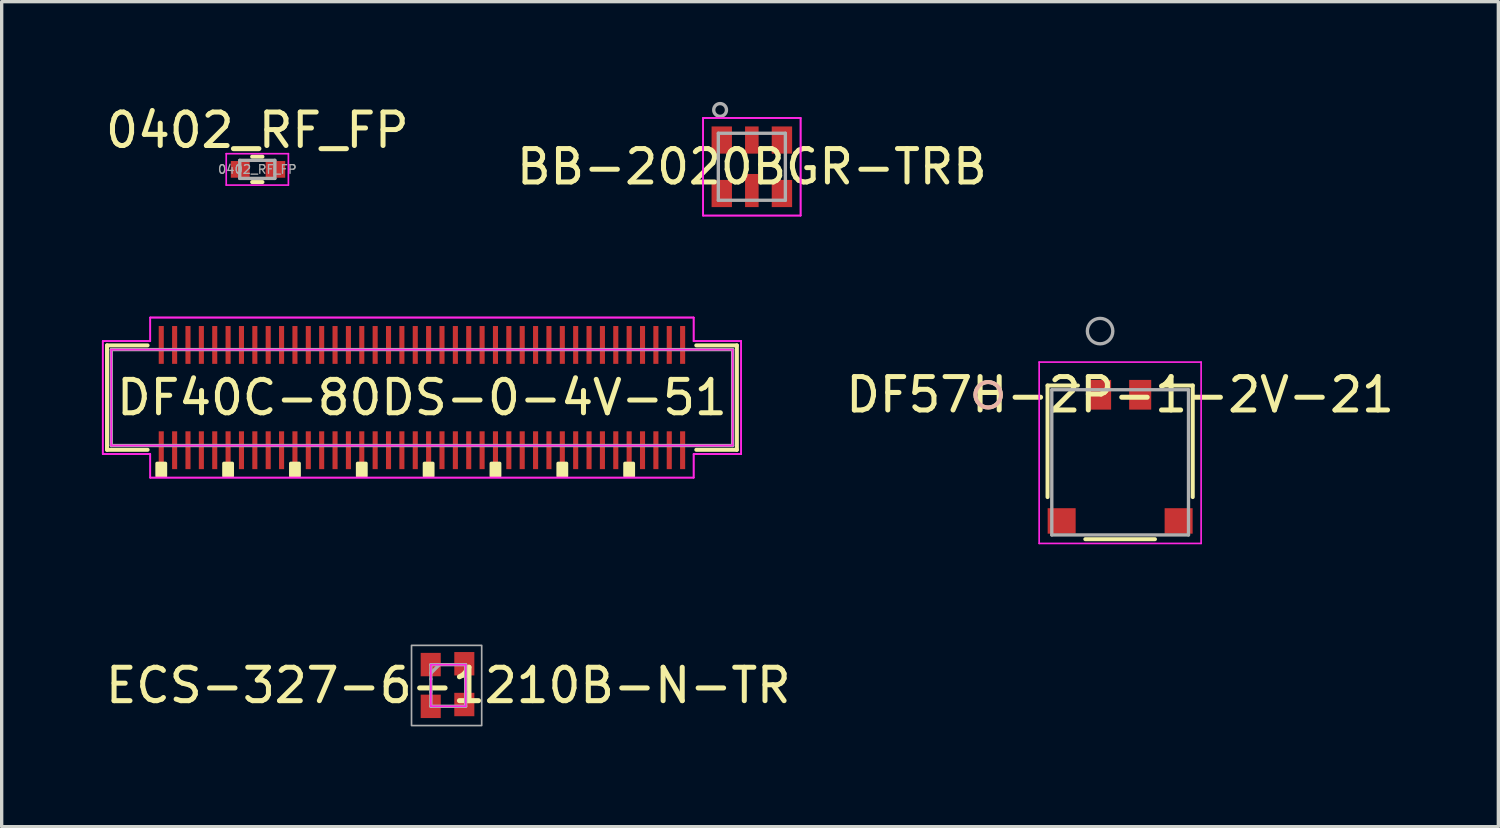
<source format=kicad_pcb>
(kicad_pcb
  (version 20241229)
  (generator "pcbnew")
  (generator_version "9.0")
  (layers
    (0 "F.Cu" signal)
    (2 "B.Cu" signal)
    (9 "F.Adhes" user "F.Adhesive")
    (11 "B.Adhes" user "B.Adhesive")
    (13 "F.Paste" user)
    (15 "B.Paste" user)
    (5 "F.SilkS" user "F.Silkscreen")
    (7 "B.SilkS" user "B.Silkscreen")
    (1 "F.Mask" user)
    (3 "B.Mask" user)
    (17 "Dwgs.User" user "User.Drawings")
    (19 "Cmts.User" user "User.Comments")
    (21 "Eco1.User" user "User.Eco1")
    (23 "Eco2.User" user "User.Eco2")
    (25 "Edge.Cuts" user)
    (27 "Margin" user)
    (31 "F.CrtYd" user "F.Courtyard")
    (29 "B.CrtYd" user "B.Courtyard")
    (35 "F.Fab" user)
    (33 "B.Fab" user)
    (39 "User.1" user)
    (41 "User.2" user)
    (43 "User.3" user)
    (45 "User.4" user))
  (footprint "0402_RF_FP"
    (layer "F.Cu")
    (at 4.649 2.018)
    (property "Reference" "0402_RF_FP" (at 0 -1.17 0) (layer "F.SilkS") (effects (font (size 1 1) (thickness 0.15))))
    (attr smd)
    (fp_line (start -0.154 -0.38) (end 0.154 -0.38) (stroke (width 0.12) (type solid)) (layer "F.SilkS"))
    (fp_line (start -0.154 0.38) (end 0.154 0.38) (stroke (width 0.12) (type solid)) (layer "F.SilkS"))
    (fp_line (start -0.93 -0.47) (end 0.93 -0.47) (stroke (width 0.05) (type solid)) (layer "F.CrtYd"))
    (fp_line (start -0.93 0.47) (end -0.93 -0.47) (stroke (width 0.05) (type solid)) (layer "F.CrtYd"))
    (fp_line (start 0.93 -0.47) (end 0.93 0.47) (stroke (width 0.05) (type solid)) (layer "F.CrtYd"))
    (fp_line (start 0.93 0.47) (end -0.93 0.47) (stroke (width 0.05) (type solid)) (layer "F.CrtYd"))
    (fp_line (start -0.525 -0.27) (end 0.525 -0.27) (stroke (width 0.1) (type solid)) (layer "F.Fab"))
    (fp_line (start -0.525 0.27) (end -0.525 -0.27) (stroke (width 0.1) (type solid)) (layer "F.Fab"))
    (fp_line (start 0.525 -0.27) (end 0.525 0.27) (stroke (width 0.1) (type solid)) (layer "F.Fab"))
    (fp_line (start 0.525 0.27) (end -0.525 0.27) (stroke (width 0.1) (type solid)) (layer "F.Fab"))
    (fp_text user "${REFERENCE}" (at 0 0 0) (layer "F.Fab") (effects (font (size 0.26 0.26) (thickness 0.04))))
    (pad "1" smd rect (at -0.51 0) (size 0.565 0.5) (layers "F.Cu" "F.Mask" "F.Paste"))
    (pad "2" smd rect (at 0.542 0) (size 0.585 0.5) (layers "F.Cu" "F.Mask" "F.Paste")))
  (footprint "DF40C-80DS-0-4V-51"
    (layer "F.Cu")
    (at 9.575 8.846)
    (property "Reference" "DF40C-80DS-0-4V-51" (at 0 0 0) (layer "F.SilkS") (effects (font (size 1 1) (thickness 0.15))))
    (attr smd)
    (fp_line (start -9.423 -1.562) (end -9.423 1.562) (stroke (width 0.12) (type solid)) (layer "F.SilkS"))
    (fp_line (start -9.423 1.562) (end -8.209 1.562) (stroke (width 0.12) (type solid)) (layer "F.SilkS"))
    (fp_line (start -8.209 -1.562) (end -9.423 -1.562) (stroke (width 0.12) (type solid)) (layer "F.SilkS"))
    (fp_line (start 8.209 1.562) (end 9.423 1.562) (stroke (width 0.12) (type solid)) (layer "F.SilkS"))
    (fp_line (start 9.423 -1.562) (end 8.209 -1.562) (stroke (width 0.12) (type solid)) (layer "F.SilkS"))
    (fp_line (start 9.423 1.562) (end 9.423 -1.562) (stroke (width 0.12) (type solid)) (layer "F.SilkS"))
    (fp_poly (pts (xy -7.927 1.968) (xy -7.927 2.349) (xy -7.673 2.349) (xy -7.673 1.968)) (stroke (width 0.1) (type solid)) (fill yes) (layer "F.SilkS"))
    (fp_poly (pts (xy -5.927 1.968) (xy -5.927 2.349) (xy -5.673 2.349) (xy -5.673 1.968)) (stroke (width 0.1) (type solid)) (fill yes) (layer "F.SilkS"))
    (fp_poly (pts (xy -3.927 1.968) (xy -3.927 2.349) (xy -3.673 2.349) (xy -3.673 1.968)) (stroke (width 0.1) (type solid)) (fill yes) (layer "F.SilkS"))
    (fp_poly (pts (xy -1.927 1.968) (xy -1.927 2.349) (xy -1.673 2.349) (xy -1.673 1.968)) (stroke (width 0.1) (type solid)) (fill yes) (layer "F.SilkS"))
    (fp_poly (pts (xy 0.073 1.968) (xy 0.073 2.349) (xy 0.327 2.349) (xy 0.327 1.968)) (stroke (width 0.1) (type solid)) (fill yes) (layer "F.SilkS"))
    (fp_poly (pts (xy 2.073 1.968) (xy 2.073 2.349) (xy 2.327 2.349) (xy 2.327 1.968)) (stroke (width 0.1) (type solid)) (fill yes) (layer "F.SilkS"))
    (fp_poly (pts (xy 4.073 1.968) (xy 4.073 2.349) (xy 4.327 2.349) (xy 4.327 1.968)) (stroke (width 0.1) (type solid)) (fill yes) (layer "F.SilkS"))
    (fp_poly (pts (xy 6.073 1.968) (xy 6.073 2.349) (xy 6.327 2.349) (xy 6.327 1.968)) (stroke (width 0.1) (type solid)) (fill yes) (layer "F.SilkS"))
    (fp_line (start -9.55 -1.689) (end -8.13 -1.689) (stroke (width 0.05) (type solid)) (layer "F.CrtYd"))
    (fp_line (start -9.55 -1.689) (end -8.13 -1.689) (stroke (width 0.05) (type solid)) (layer "F.CrtYd"))
    (fp_line (start -9.55 1.689) (end -9.55 -1.689) (stroke (width 0.05) (type solid)) (layer "F.CrtYd"))
    (fp_line (start -9.55 1.689) (end -9.55 -1.689) (stroke (width 0.05) (type solid)) (layer "F.CrtYd"))
    (fp_line (start -9.296 -1.435) (end 9.296 -1.435) (stroke (width 0.05) (type solid)) (layer "F.CrtYd"))
    (fp_line (start -9.296 1.435) (end -9.296 -1.435) (stroke (width 0.05) (type solid)) (layer "F.CrtYd"))
    (fp_line (start -8.13 -2.395) (end 8.13 -2.395) (stroke (width 0.05) (type solid)) (layer "F.CrtYd"))
    (fp_line (start -8.13 -1.689) (end -8.13 -2.395) (stroke (width 0.05) (type solid)) (layer "F.CrtYd"))
    (fp_line (start -8.13 -1.689) (end -8.13 -2.395) (stroke (width 0.05) (type solid)) (layer "F.CrtYd"))
    (fp_line (start -8.13 1.689) (end -9.55 1.689) (stroke (width 0.05) (type solid)) (layer "F.CrtYd"))
    (fp_line (start -8.13 1.689) (end -9.55 1.689) (stroke (width 0.05) (type solid)) (layer "F.CrtYd"))
    (fp_line (start -8.13 2.395) (end -8.13 1.689) (stroke (width 0.05) (type solid)) (layer "F.CrtYd"))
    (fp_line (start -8.13 2.395) (end -8.13 1.689) (stroke (width 0.05) (type solid)) (layer "F.CrtYd"))
    (fp_line (start -8.13 2.395) (end 8.13 2.395) (stroke (width 0.05) (type solid)) (layer "F.CrtYd"))
    (fp_line (start 8.13 -2.395) (end -8.13 -2.395) (stroke (width 0.05) (type solid)) (layer "F.CrtYd"))
    (fp_line (start 8.13 -2.395) (end 8.13 -1.689) (stroke (width 0.05) (type solid)) (layer "F.CrtYd"))
    (fp_line (start 8.13 -2.395) (end 8.13 -1.689) (stroke (width 0.05) (type solid)) (layer "F.CrtYd"))
    (fp_line (start 8.13 -1.689) (end 9.55 -1.689) (stroke (width 0.05) (type solid)) (layer "F.CrtYd"))
    (fp_line (start 8.13 -1.689) (end 9.55 -1.689) (stroke (width 0.05) (type solid)) (layer "F.CrtYd"))
    (fp_line (start 8.13 1.689) (end 8.13 2.395) (stroke (width 0.05) (type solid)) (layer "F.CrtYd"))
    (fp_line (start 8.13 1.689) (end 8.13 2.395) (stroke (width 0.05) (type solid)) (layer "F.CrtYd"))
    (fp_line (start 8.13 2.395) (end -8.13 2.395) (stroke (width 0.05) (type solid)) (layer "F.CrtYd"))
    (fp_line (start 9.296 -1.435) (end 9.296 1.435) (stroke (width 0.05) (type solid)) (layer "F.CrtYd"))
    (fp_line (start 9.296 1.435) (end -9.296 1.435) (stroke (width 0.05) (type solid)) (layer "F.CrtYd"))
    (fp_line (start 9.55 -1.689) (end 9.55 1.689) (stroke (width 0.05) (type solid)) (layer "F.CrtYd"))
    (fp_line (start 9.55 -1.689) (end 9.55 1.689) (stroke (width 0.05) (type solid)) (layer "F.CrtYd"))
    (fp_line (start 9.55 1.689) (end 8.13 1.689) (stroke (width 0.05) (type solid)) (layer "F.CrtYd"))
    (fp_line (start 9.55 1.689) (end 8.13 1.689) (stroke (width 0.05) (type solid)) (layer "F.CrtYd"))
    (fp_line (start -9.296 -1.435) (end -9.296 1.435) (stroke (width 0.1) (type solid)) (layer "F.Fab"))
    (fp_line (start -9.296 1.435) (end 9.296 1.435) (stroke (width 0.1) (type solid)) (layer "F.Fab"))
    (fp_line (start 9.296 -1.435) (end -9.296 -1.435) (stroke (width 0.1) (type solid)) (layer "F.Fab"))
    (fp_line (start 9.296 1.435) (end 9.296 -1.435) (stroke (width 0.1) (type solid)) (layer "F.Fab"))
    (pad "1" smd rect (at 7.8 1.575) (size 0.152 1.132) (layers "F.Cu" "F.Mask" "F.Paste"))
    (pad "2" smd rect (at 7.8 -1.575) (size 0.152 1.132) (layers "F.Cu" "F.Mask" "F.Paste"))
    (pad "3" smd rect (at 7.4 1.575) (size 0.152 1.132) (layers "F.Cu" "F.Mask" "F.Paste"))
    (pad "4" smd rect (at 7.4 -1.575) (size 0.152 1.132) (layers "F.Cu" "F.Mask" "F.Paste"))
    (pad "5" smd rect (at 7 1.575) (size 0.152 1.132) (layers "F.Cu" "F.Mask" "F.Paste"))
    (pad "6" smd rect (at 7 -1.575) (size 0.152 1.132) (layers "F.Cu" "F.Mask" "F.Paste"))
    (pad "7" smd rect (at 6.6 1.575) (size 0.152 1.132) (layers "F.Cu" "F.Mask" "F.Paste"))
    (pad "8" smd rect (at 6.6 -1.575) (size 0.152 1.132) (layers "F.Cu" "F.Mask" "F.Paste"))
    (pad "9" smd rect (at 6.2 1.575) (size 0.152 1.132) (layers "F.Cu" "F.Mask" "F.Paste"))
    (pad "10" smd rect (at 6.2 -1.575) (size 0.152 1.132) (layers "F.Cu" "F.Mask" "F.Paste"))
    (pad "11" smd rect (at 5.8 1.575) (size 0.152 1.132) (layers "F.Cu" "F.Mask" "F.Paste"))
    (pad "12" smd rect (at 5.8 -1.575) (size 0.152 1.132) (layers "F.Cu" "F.Mask" "F.Paste"))
    (pad "13" smd rect (at 5.4 1.575) (size 0.152 1.132) (layers "F.Cu" "F.Mask" "F.Paste"))
    (pad "14" smd rect (at 5.4 -1.575) (size 0.152 1.132) (layers "F.Cu" "F.Mask" "F.Paste"))
    (pad "15" smd rect (at 5 1.575) (size 0.152 1.132) (layers "F.Cu" "F.Mask" "F.Paste"))
    (pad "16" smd rect (at 5 -1.575) (size 0.152 1.132) (layers "F.Cu" "F.Mask" "F.Paste"))
    (pad "17" smd rect (at 4.6 1.575) (size 0.152 1.132) (layers "F.Cu" "F.Mask" "F.Paste"))
    (pad "18" smd rect (at 4.6 -1.575) (size 0.152 1.132) (layers "F.Cu" "F.Mask" "F.Paste"))
    (pad "19" smd rect (at 4.2 1.575) (size 0.152 1.132) (layers "F.Cu" "F.Mask" "F.Paste"))
    (pad "20" smd rect (at 4.2 -1.575) (size 0.152 1.132) (layers "F.Cu" "F.Mask" "F.Paste"))
    (pad "21" smd rect (at 3.8 1.575) (size 0.152 1.132) (layers "F.Cu" "F.Mask" "F.Paste"))
    (pad "22" smd rect (at 3.8 -1.575) (size 0.152 1.132) (layers "F.Cu" "F.Mask" "F.Paste"))
    (pad "23" smd rect (at 3.4 1.575) (size 0.152 1.132) (layers "F.Cu" "F.Mask" "F.Paste"))
    (pad "24" smd rect (at 3.4 -1.575) (size 0.152 1.132) (layers "F.Cu" "F.Mask" "F.Paste"))
    (pad "25" smd rect (at 3 1.575) (size 0.152 1.132) (layers "F.Cu" "F.Mask" "F.Paste"))
    (pad "26" smd rect (at 3 -1.575) (size 0.152 1.132) (layers "F.Cu" "F.Mask" "F.Paste"))
    (pad "27" smd rect (at 2.6 1.575) (size 0.152 1.132) (layers "F.Cu" "F.Mask" "F.Paste"))
    (pad "28" smd rect (at 2.6 -1.575) (size 0.152 1.132) (layers "F.Cu" "F.Mask" "F.Paste"))
    (pad "29" smd rect (at 2.2 1.575) (size 0.152 1.132) (layers "F.Cu" "F.Mask" "F.Paste"))
    (pad "30" smd rect (at 2.2 -1.575) (size 0.152 1.132) (layers "F.Cu" "F.Mask" "F.Paste"))
    (pad "31" smd rect (at 1.8 1.575) (size 0.152 1.132) (layers "F.Cu" "F.Mask" "F.Paste"))
    (pad "32" smd rect (at 1.8 -1.575) (size 0.152 1.132) (layers "F.Cu" "F.Mask" "F.Paste"))
    (pad "33" smd rect (at 1.4 1.575) (size 0.152 1.132) (layers "F.Cu" "F.Mask" "F.Paste"))
    (pad "34" smd rect (at 1.4 -1.575) (size 0.152 1.132) (layers "F.Cu" "F.Mask" "F.Paste"))
    (pad "35" smd rect (at 1 1.575) (size 0.152 1.132) (layers "F.Cu" "F.Mask" "F.Paste"))
    (pad "36" smd rect (at 1 -1.575) (size 0.152 1.132) (layers "F.Cu" "F.Mask" "F.Paste"))
    (pad "37" smd rect (at 0.6 1.575) (size 0.152 1.132) (layers "F.Cu" "F.Mask" "F.Paste"))
    (pad "38" smd rect (at 0.6 -1.575) (size 0.152 1.132) (layers "F.Cu" "F.Mask" "F.Paste"))
    (pad "39" smd rect (at 0.2 1.575) (size 0.152 1.132) (layers "F.Cu" "F.Mask" "F.Paste"))
    (pad "40" smd rect (at 0.2 -1.575) (size 0.152 1.132) (layers "F.Cu" "F.Mask" "F.Paste"))
    (pad "41" smd rect (at -0.2 1.575) (size 0.152 1.132) (layers "F.Cu" "F.Mask" "F.Paste"))
    (pad "42" smd rect (at -0.2 -1.575) (size 0.152 1.132) (layers "F.Cu" "F.Mask" "F.Paste"))
    (pad "43" smd rect (at -0.6 1.575) (size 0.152 1.132) (layers "F.Cu" "F.Mask" "F.Paste"))
    (pad "44" smd rect (at -0.6 -1.575) (size 0.152 1.132) (layers "F.Cu" "F.Mask" "F.Paste"))
    (pad "45" smd rect (at -1 1.575) (size 0.152 1.132) (layers "F.Cu" "F.Mask" "F.Paste"))
    (pad "46" smd rect (at -1 -1.575) (size 0.152 1.132) (layers "F.Cu" "F.Mask" "F.Paste"))
    (pad "47" smd rect (at -1.4 1.575) (size 0.152 1.132) (layers "F.Cu" "F.Mask" "F.Paste"))
    (pad "48" smd rect (at -1.4 -1.575) (size 0.152 1.132) (layers "F.Cu" "F.Mask" "F.Paste"))
    (pad "49" smd rect (at -1.8 1.575) (size 0.152 1.132) (layers "F.Cu" "F.Mask" "F.Paste"))
    (pad "50" smd rect (at -1.8 -1.575) (size 0.152 1.132) (layers "F.Cu" "F.Mask" "F.Paste"))
    (pad "51" smd rect (at -2.2 1.575) (size 0.152 1.132) (layers "F.Cu" "F.Mask" "F.Paste"))
    (pad "52" smd rect (at -2.2 -1.575) (size 0.152 1.132) (layers "F.Cu" "F.Mask" "F.Paste"))
    (pad "53" smd rect (at -2.6 1.575) (size 0.152 1.132) (layers "F.Cu" "F.Mask" "F.Paste"))
    (pad "54" smd rect (at -2.6 -1.575) (size 0.152 1.132) (layers "F.Cu" "F.Mask" "F.Paste"))
    (pad "55" smd rect (at -3 1.575) (size 0.152 1.132) (layers "F.Cu" "F.Mask" "F.Paste"))
    (pad "56" smd rect (at -3 -1.575) (size 0.152 1.132) (layers "F.Cu" "F.Mask" "F.Paste"))
    (pad "57" smd rect (at -3.4 1.575) (size 0.152 1.132) (layers "F.Cu" "F.Mask" "F.Paste"))
    (pad "58" smd rect (at -3.4 -1.575) (size 0.152 1.132) (layers "F.Cu" "F.Mask" "F.Paste"))
    (pad "59" smd rect (at -3.8 1.575) (size 0.152 1.132) (layers "F.Cu" "F.Mask" "F.Paste"))
    (pad "60" smd rect (at -3.8 -1.575) (size 0.152 1.132) (layers "F.Cu" "F.Mask" "F.Paste"))
    (pad "61" smd rect (at -4.2 1.575) (size 0.152 1.132) (layers "F.Cu" "F.Mask" "F.Paste"))
    (pad "62" smd rect (at -4.2 -1.575) (size 0.152 1.132) (layers "F.Cu" "F.Mask" "F.Paste"))
    (pad "63" smd rect (at -4.6 1.575) (size 0.152 1.132) (layers "F.Cu" "F.Mask" "F.Paste"))
    (pad "64" smd rect (at -4.6 -1.575) (size 0.152 1.132) (layers "F.Cu" "F.Mask" "F.Paste"))
    (pad "65" smd rect (at -5 1.575) (size 0.152 1.132) (layers "F.Cu" "F.Mask" "F.Paste"))
    (pad "66" smd rect (at -5 -1.575) (size 0.152 1.132) (layers "F.Cu" "F.Mask" "F.Paste"))
    (pad "67" smd rect (at -5.4 1.575) (size 0.152 1.132) (layers "F.Cu" "F.Mask" "F.Paste"))
    (pad "68" smd rect (at -5.4 -1.575) (size 0.152 1.132) (layers "F.Cu" "F.Mask" "F.Paste"))
    (pad "69" smd rect (at -5.8 1.575) (size 0.152 1.132) (layers "F.Cu" "F.Mask" "F.Paste"))
    (pad "70" smd rect (at -5.8 -1.575) (size 0.152 1.132) (layers "F.Cu" "F.Mask" "F.Paste"))
    (pad "71" smd rect (at -6.2 1.575) (size 0.152 1.132) (layers "F.Cu" "F.Mask" "F.Paste"))
    (pad "72" smd rect (at -6.2 -1.575) (size 0.152 1.132) (layers "F.Cu" "F.Mask" "F.Paste"))
    (pad "73" smd rect (at -6.6 1.575) (size 0.152 1.132) (layers "F.Cu" "F.Mask" "F.Paste"))
    (pad "74" smd rect (at -6.6 -1.575) (size 0.152 1.132) (layers "F.Cu" "F.Mask" "F.Paste"))
    (pad "75" smd rect (at -7 1.575) (size 0.152 1.132) (layers "F.Cu" "F.Mask" "F.Paste"))
    (pad "76" smd rect (at -7 -1.575) (size 0.152 1.132) (layers "F.Cu" "F.Mask" "F.Paste"))
    (pad "77" smd rect (at -7.4 1.575) (size 0.152 1.132) (layers "F.Cu" "F.Mask" "F.Paste"))
    (pad "78" smd rect (at -7.4 -1.575) (size 0.152 1.132) (layers "F.Cu" "F.Mask" "F.Paste"))
    (pad "79" smd rect (at -7.8 1.575) (size 0.152 1.132) (layers "F.Cu" "F.Mask" "F.Paste"))
    (pad "80" smd rect (at -7.8 -1.575) (size 0.152 1.132) (layers "F.Cu" "F.Mask" "F.Paste")))
  (footprint "DF57H-2P-1-2V-21"
    (layer "F.Cu")
    (at 30.466 10.784)
    (property "Reference" "DF57H-2P-1-2V-21" (at 0 -2.022 0) (layer "F.SilkS") (effects (font (size 1 1) (thickness 0.15))))
    (attr smd)
    (fp_line (start -2.172 -2.299) (end -2.172 1.039) (stroke (width 0.12) (type solid)) (layer "F.SilkS"))
    (fp_line (start -1.263 -2.299) (end -2.172 -2.299) (stroke (width 0.12) (type solid)) (layer "F.SilkS"))
    (fp_line (start -1.042 2.299) (end 1.042 2.299) (stroke (width 0.12) (type solid)) (layer "F.SilkS"))
    (fp_line (start 2.172 -2.299) (end 1.263 -2.299) (stroke (width 0.12) (type solid)) (layer "F.SilkS"))
    (fp_line (start 2.172 1.039) (end 2.172 -2.299) (stroke (width 0.12) (type solid)) (layer "F.SilkS"))
    (fp_circle (center -3.95 -2.022) (end -3.569 -2.022) (stroke (width 0.12) (type solid)) (fill no) (layer "F.SilkS"))
    (fp_circle (center -3.95 -2.022) (end -3.569 -2.022) (stroke (width 0.12) (type solid)) (fill no) (layer "B.SilkS"))
    (fp_line (start -2.423 -3) (end -2.423 2.426) (stroke (width 0.05) (type solid)) (layer "F.CrtYd"))
    (fp_line (start -2.423 2.426) (end 2.423 2.426) (stroke (width 0.05) (type solid)) (layer "F.CrtYd"))
    (fp_line (start 2.423 -3) (end -2.423 -3) (stroke (width 0.05) (type solid)) (layer "F.CrtYd"))
    (fp_line (start 2.423 2.426) (end 2.423 -3) (stroke (width 0.05) (type solid)) (layer "F.CrtYd"))
    (fp_line (start -2.045 -2.172) (end -2.045 2.172) (stroke (width 0.1) (type solid)) (layer "F.Fab"))
    (fp_line (start -2.045 2.172) (end 2.045 2.172) (stroke (width 0.1) (type solid)) (layer "F.Fab"))
    (fp_line (start 2.045 -2.172) (end -2.045 -2.172) (stroke (width 0.1) (type solid)) (layer "F.Fab"))
    (fp_line (start 2.045 2.172) (end 2.045 -2.172) (stroke (width 0.1) (type solid)) (layer "F.Fab"))
    (fp_circle (center -0.6 -3.927) (end -0.219 -3.927) (stroke (width 0.1) (type solid)) (fill no) (layer "F.Fab"))
    (pad "1" smd rect (at -0.6 -2.022) (size 0.66 0.889) (layers "F.Cu" "F.Mask" "F.Paste"))
    (pad "2" smd rect (at 0.6 -2.022) (size 0.66 0.889) (layers "F.Cu" "F.Mask" "F.Paste"))
    (pad "3" smd rect (at -1.75 1.753) (size 0.838 0.762) (layers "F.Cu" "F.Mask" "F.Paste"))
    (pad "4" smd rect (at 1.75 1.753) (size 0.838 0.762) (layers "F.Cu" "F.Mask" "F.Paste")))
  (footprint "BB-2020BGR-TRB"
    (layer "F.Cu")
    (at 19.446 1.94)
    (property "Reference" "BB-2020BGR-TRB" (at 0 0 0) (layer "F.SilkS") (effects (font (size 1 1) (thickness 0.15))))
    (attr smd)
    (fp_line (start -1.459 -1.46) (end -1.459 1.46) (stroke (width 0.05) (type solid)) (layer "F.CrtYd"))
    (fp_line (start -1.459 -1.46) (end -1.459 1.46) (stroke (width 0.05) (type solid)) (layer "F.CrtYd"))
    (fp_line (start -1.459 1.46) (end 1.459 1.46) (stroke (width 0.05) (type solid)) (layer "F.CrtYd"))
    (fp_line (start -1.459 1.46) (end 1.459 1.46) (stroke (width 0.05) (type solid)) (layer "F.CrtYd"))
    (fp_line (start 1.459 -1.46) (end -1.459 -1.46) (stroke (width 0.05) (type solid)) (layer "F.CrtYd"))
    (fp_line (start 1.459 -1.46) (end -1.459 -1.46) (stroke (width 0.05) (type solid)) (layer "F.CrtYd"))
    (fp_line (start 1.459 1.46) (end 1.459 -1.46) (stroke (width 0.05) (type solid)) (layer "F.CrtYd"))
    (fp_line (start 1.459 1.46) (end 1.459 -1.46) (stroke (width 0.05) (type solid)) (layer "F.CrtYd"))
    (fp_line (start -1.003 -1.003) (end -1.003 1.003) (stroke (width 0.1) (type solid)) (layer "F.Fab"))
    (fp_line (start -1.003 1.003) (end 1.003 1.003) (stroke (width 0.1) (type solid)) (layer "F.Fab"))
    (fp_line (start 1.003 -1.003) (end -1.003 -1.003) (stroke (width 0.1) (type solid)) (layer "F.Fab"))
    (fp_line (start 1.003 1.003) (end 1.003 -1.003) (stroke (width 0.1) (type solid)) (layer "F.Fab"))
    (fp_circle (center -0.95 -1.7) (end -0.759 -1.7) (stroke (width 0.1) (type solid)) (fill no) (layer "F.Fab"))
    (pad "1" smd rect (at -0.9 -0.8) (size 0.61 0.813) (layers "F.Cu" "F.Mask" "F.Paste"))
    (pad "2" smd rect (at 0 -0.8) (size 0.406 0.813) (layers "F.Cu" "F.Mask" "F.Paste"))
    (pad "3" smd rect (at 0.9 -0.8) (size 0.61 0.813) (layers "F.Cu" "F.Mask" "F.Paste"))
    (pad "4" smd rect (at -0.9 0.8) (size 0.61 0.813) (layers "F.Cu" "F.Mask" "F.Paste"))
    (pad "5" smd rect (at 0 0.711) (size 0.406 0.991) (layers "F.Cu" "F.Mask" "F.Paste"))
    (pad "6" smd rect (at 0.9 0.8) (size 0.61 0.813) (layers "F.Cu" "F.Mask" "F.Paste")))
  (footprint "ECS-327-6-1210B-N-TR"
    (layer "F.Cu")
    (at 10.363 17.46)
    (property "Reference" "ECS-327-6-1210B-N-TR" (at 0 0 0) (layer "F.SilkS") (effects (font (size 1 1) (thickness 0.15))))
    (attr smd)
    (fp_line (start -0.521 -0.622) (end 0.521 -0.622) (stroke (width 0.05) (type solid)) (layer "F.CrtYd"))
    (fp_line (start -0.521 0.622) (end -0.521 -0.622) (stroke (width 0.05) (type solid)) (layer "F.CrtYd"))
    (fp_line (start 0.521 -0.622) (end 0.521 0.622) (stroke (width 0.05) (type solid)) (layer "F.CrtYd"))
    (fp_line (start 0.521 0.622) (end -0.521 0.622) (stroke (width 0.05) (type solid)) (layer "F.CrtYd"))
    (fp_line (start -0.521 -0.622) (end 0.521 -0.622) (stroke (width 0.1) (type solid)) (layer "F.Fab"))
    (fp_line (start -0.521 -0.191) (end -0.521 -0.622) (stroke (width 0.1) (type solid)) (layer "F.Fab"))
    (fp_line (start -0.521 -0.191) (end -0.521 0.191) (stroke (width 0.1) (type solid)) (layer "F.Fab"))
    (fp_line (start -0.521 0.191) (end -0.521 0.622) (stroke (width 0.1) (type solid)) (layer "F.Fab"))
    (fp_line (start -0.521 0.622) (end 0.521 0.622) (stroke (width 0.1) (type solid)) (layer "F.Fab"))
    (fp_line (start -0.267 -0.622) (end -0.521 -0.368) (stroke (width 0.1) (type solid)) (layer "F.Fab"))
    (fp_line (start 0.521 -0.191) (end 0.521 -0.622) (stroke (width 0.1) (type solid)) (layer "F.Fab"))
    (fp_line (start 0.521 -0.191) (end 0.521 0.191) (stroke (width 0.1) (type solid)) (layer "F.Fab"))
    (fp_line (start 0.521 0.191) (end 0.521 0.622) (stroke (width 0.1) (type solid)) (layer "F.Fab"))
    (fp_rect (start -1.1 -1.2) (end 1 1.2) (stroke (width 0.05) (type solid)) (fill no) (layer "F.Fab"))
    (pad "1" smd rect (at -0.525 -0.625) (size 0.6 0.7) (layers "F.Cu" "F.Mask" "F.Paste"))
    (pad "2" smd rect (at -0.525 0.625) (size 0.6 0.7) (layers "F.Cu" "F.Mask" "F.Paste"))
    (pad "3" smd rect (at 0.48 0.57) (size 0.6 0.7) (layers "F.Cu" "F.Mask" "F.Paste"))
    (pad "4" smd rect (at 0.48 -0.65) (size 0.6 0.7) (layers "F.Cu" "F.Mask" "F.Paste")))
  (gr_rect
    (start -3 -3)
    (end 41.782 21.685)
    (stroke (width 0.1) (type default))
    (fill no)
    (layer "Edge.Cuts")))
</source>
